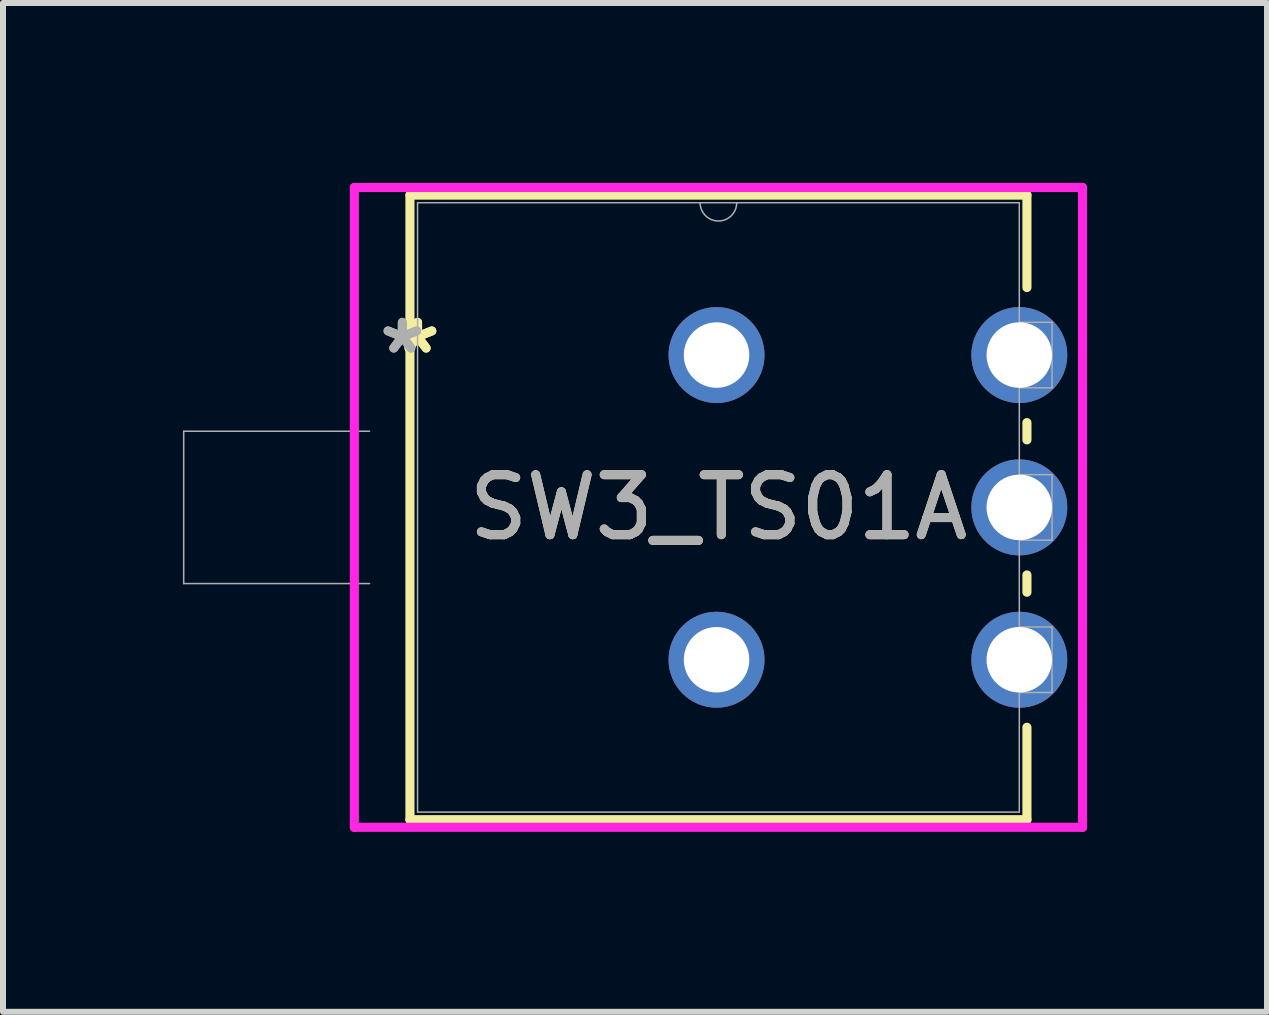
<source format=kicad_pcb>
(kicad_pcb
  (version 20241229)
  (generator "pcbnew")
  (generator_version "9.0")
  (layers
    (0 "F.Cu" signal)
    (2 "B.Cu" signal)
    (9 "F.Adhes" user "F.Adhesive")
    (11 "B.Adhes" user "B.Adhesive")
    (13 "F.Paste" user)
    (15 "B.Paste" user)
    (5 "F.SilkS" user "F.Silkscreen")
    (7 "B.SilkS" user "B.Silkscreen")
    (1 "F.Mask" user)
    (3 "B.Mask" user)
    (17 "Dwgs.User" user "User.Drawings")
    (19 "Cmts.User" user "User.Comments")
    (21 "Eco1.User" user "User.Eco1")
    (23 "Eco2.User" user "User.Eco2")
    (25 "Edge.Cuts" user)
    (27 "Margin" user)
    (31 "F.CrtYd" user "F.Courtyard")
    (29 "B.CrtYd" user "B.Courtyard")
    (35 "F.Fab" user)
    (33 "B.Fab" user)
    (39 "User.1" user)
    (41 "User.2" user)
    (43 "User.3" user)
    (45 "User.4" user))
  (footprint "SW3_TS01A"
    (layer "F.Cu")
    (at 13.945 7.95)
    (property "Reference" "SW3_TS01A" (at -5.016 -2.54 0) (unlocked yes) (layer "F.SilkS") (effects (font (size 1 1) (thickness 0.15))))
    (attr through_hole)
    (fp_line (start -10.16 -7.747) (end -10.16 2.667) (stroke (width 0.152) (type solid)) (layer "F.SilkS"))
    (fp_line (start -10.16 2.667) (end 0.127 2.667) (stroke (width 0.152) (type solid)) (layer "F.SilkS"))
    (fp_line (start 0.127 -7.747) (end -10.16 -7.747) (stroke (width 0.152) (type solid)) (layer "F.SilkS"))
    (fp_line (start 0.127 -6.206) (end 0.127 -7.747) (stroke (width 0.152) (type solid)) (layer "F.SilkS"))
    (fp_line (start 0.127 -3.666) (end 0.127 -3.954) (stroke (width 0.152) (type solid)) (layer "F.SilkS"))
    (fp_line (start 0.127 -1.126) (end 0.127 -1.414) (stroke (width 0.152) (type solid)) (layer "F.SilkS"))
    (fp_line (start 0.127 2.667) (end 0.127 1.126) (stroke (width 0.152) (type solid)) (layer "F.SilkS"))
    (fp_line (start -11.087 -7.874) (end -11.087 2.794) (stroke (width 0.152) (type solid)) (layer "F.CrtYd"))
    (fp_line (start -11.087 2.794) (end 1.054 2.794) (stroke (width 0.152) (type solid)) (layer "F.CrtYd"))
    (fp_line (start 1.054 -7.874) (end -11.087 -7.874) (stroke (width 0.152) (type solid)) (layer "F.CrtYd"))
    (fp_line (start 1.054 2.794) (end 1.054 -7.874) (stroke (width 0.152) (type solid)) (layer "F.CrtYd"))
    (fp_line (start -13.932 -1.27) (end -13.932 -3.81) (stroke (width 0.025) (type solid)) (layer "F.Fab"))
    (fp_line (start -10.833 -3.81) (end -13.932 -3.81) (stroke (width 0.025) (type solid)) (layer "F.Fab"))
    (fp_line (start -10.833 -1.27) (end -13.932 -1.27) (stroke (width 0.025) (type solid)) (layer "F.Fab"))
    (fp_line (start -10.033 -7.62) (end -10.033 2.54) (stroke (width 0.025) (type solid)) (layer "F.Fab"))
    (fp_line (start -10.033 2.54) (end 0 2.54) (stroke (width 0.025) (type solid)) (layer "F.Fab"))
    (fp_line (start 0 -7.62) (end -10.033 -7.62) (stroke (width 0.025) (type solid)) (layer "F.Fab"))
    (fp_line (start 0 -5.626) (end 0 -4.534) (stroke (width 0.025) (type solid)) (layer "F.Fab"))
    (fp_line (start 0 -4.534) (end 0.546 -4.534) (stroke (width 0.025) (type solid)) (layer "F.Fab"))
    (fp_line (start 0 -3.086) (end 0 -1.994) (stroke (width 0.025) (type solid)) (layer "F.Fab"))
    (fp_line (start 0 -1.994) (end 0.546 -1.994) (stroke (width 0.025) (type solid)) (layer "F.Fab"))
    (fp_line (start 0 -0.546) (end 0 0.546) (stroke (width 0.025) (type solid)) (layer "F.Fab"))
    (fp_line (start 0 0.546) (end 0.546 0.546) (stroke (width 0.025) (type solid)) (layer "F.Fab"))
    (fp_line (start 0 2.54) (end 0 -7.62) (stroke (width 0.025) (type solid)) (layer "F.Fab"))
    (fp_line (start 0.546 -5.626) (end 0 -5.626) (stroke (width 0.025) (type solid)) (layer "F.Fab"))
    (fp_line (start 0.546 -4.534) (end 0.546 -5.626) (stroke (width 0.025) (type solid)) (layer "F.Fab"))
    (fp_line (start 0.546 -3.086) (end 0 -3.086) (stroke (width 0.025) (type solid)) (layer "F.Fab"))
    (fp_line (start 0.546 -1.994) (end 0.546 -3.086) (stroke (width 0.025) (type solid)) (layer "F.Fab"))
    (fp_line (start 0.546 -0.546) (end 0 -0.546) (stroke (width 0.025) (type solid)) (layer "F.Fab"))
    (fp_line (start 0.546 0.546) (end 0.546 -0.546) (stroke (width 0.025) (type solid)) (layer "F.Fab"))
    (fp_arc (start -4.7117 -7.62) (mid -5.0165 -7.3152) (end -5.3213 -7.62) (stroke (width 0.0254) (type solid)) (layer "F.Fab"))
    (fp_text user "*" (at -10.033 -5.08 0) (unlocked yes) (layer "F.SilkS") (effects (font (size 1 1) (thickness 0.15))))
    (fp_text user "*" (at -10.033 -5.08 0) (layer "F.SilkS") (effects (font (size 1 1) (thickness 0.15))))
    (fp_text user "${REFERENCE}" (at -5.016 -2.54 0) (unlocked yes) (layer "F.Fab") (effects (font (size 1 1) (thickness 0.15))))
    (fp_text user "*" (at -10.287 -5.08 0) (layer "F.Fab") (effects (font (size 1 1) (thickness 0.15))))
    (fp_text user "*" (at -10.287 -5.08 0) (unlocked yes) (layer "F.Fab") (effects (font (size 1 1) (thickness 0.15))))
    (pad "1" thru_hole circle (at 0 0) (size 1.6 1.6) (drill 1.092) (layers "*.Cu" "*.Mask"))
    (pad "2" thru_hole circle (at 0 -2.54) (size 1.6 1.6) (drill 1.092) (layers "*.Cu" "*.Mask"))
    (pad "3" thru_hole circle (at 0 -5.08) (size 1.6 1.6) (drill 1.092) (layers "*.Cu" "*.Mask"))
    (pad "4" thru_hole circle (at -5.048 -5.08) (size 1.6 1.6) (drill 1.092) (layers "*.Cu" "*.Mask"))
    (pad "5" thru_hole circle (at -5.048 0) (size 1.6 1.6) (drill 1.092) (layers "*.Cu" "*.Mask")))
  (gr_rect
    (start -3 -3)
    (end 18.075 13.82)
    (stroke (width 0.1) (type default))
    (fill no)
    (layer "Edge.Cuts")))
</source>
